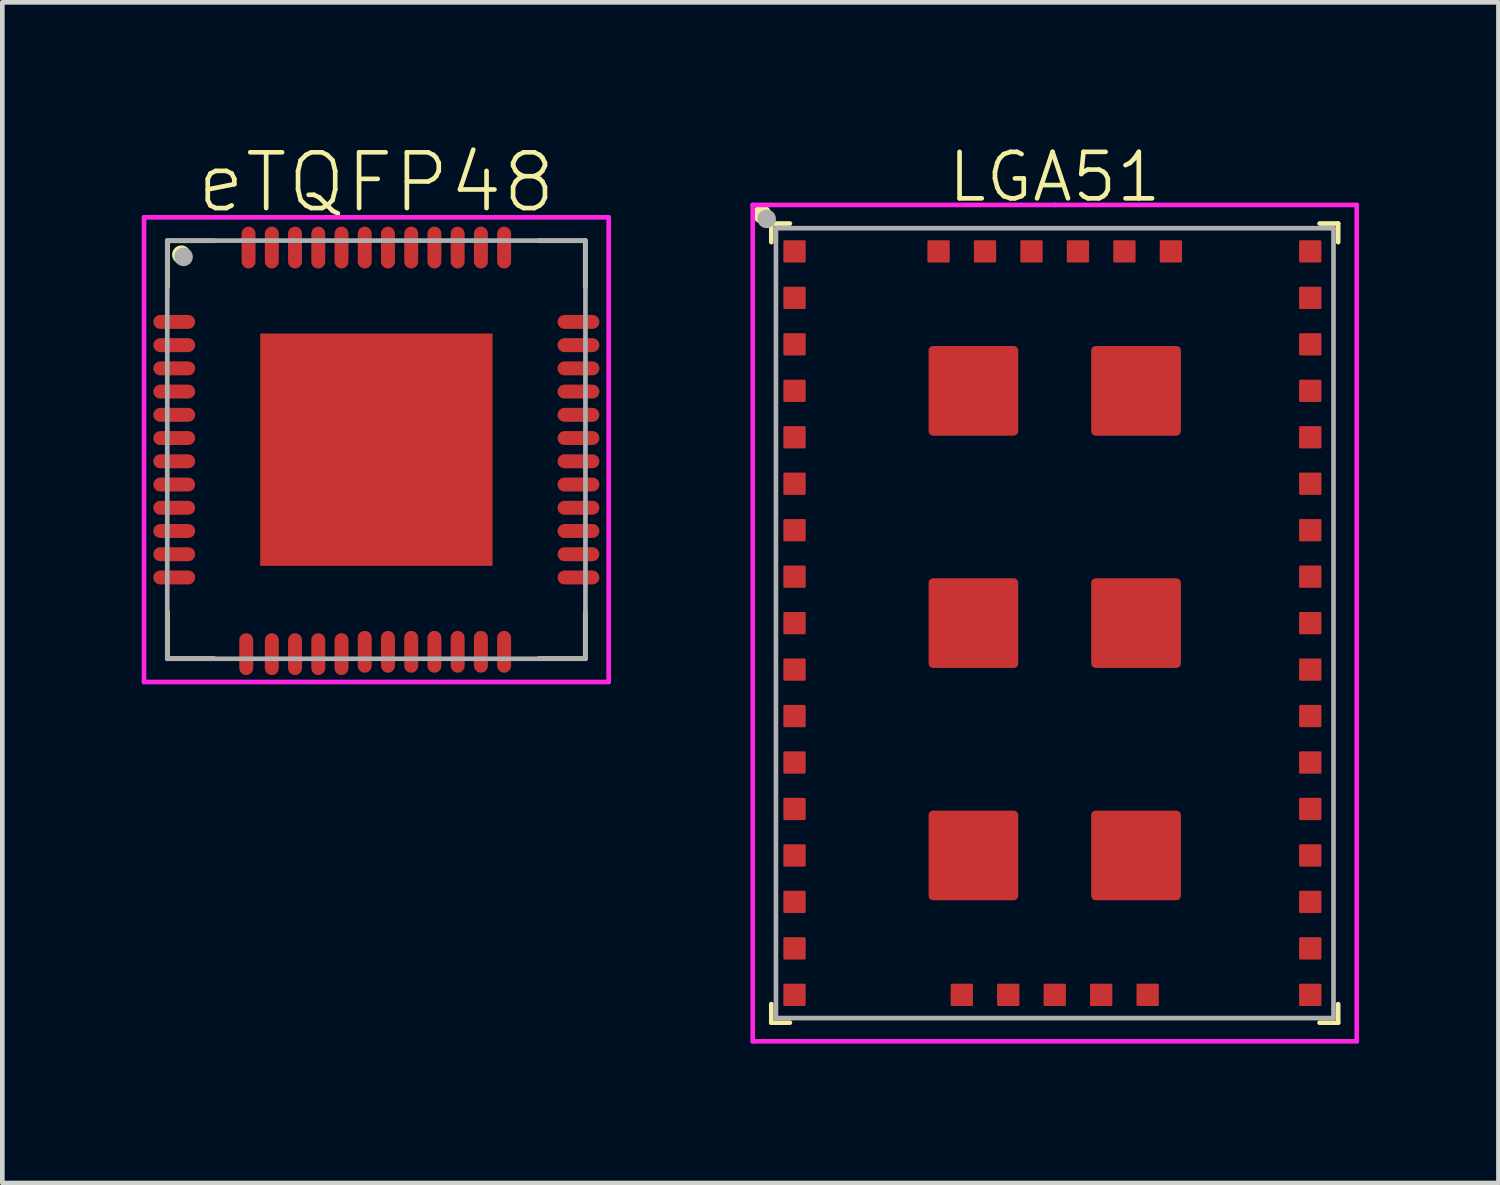
<source format=kicad_pcb>
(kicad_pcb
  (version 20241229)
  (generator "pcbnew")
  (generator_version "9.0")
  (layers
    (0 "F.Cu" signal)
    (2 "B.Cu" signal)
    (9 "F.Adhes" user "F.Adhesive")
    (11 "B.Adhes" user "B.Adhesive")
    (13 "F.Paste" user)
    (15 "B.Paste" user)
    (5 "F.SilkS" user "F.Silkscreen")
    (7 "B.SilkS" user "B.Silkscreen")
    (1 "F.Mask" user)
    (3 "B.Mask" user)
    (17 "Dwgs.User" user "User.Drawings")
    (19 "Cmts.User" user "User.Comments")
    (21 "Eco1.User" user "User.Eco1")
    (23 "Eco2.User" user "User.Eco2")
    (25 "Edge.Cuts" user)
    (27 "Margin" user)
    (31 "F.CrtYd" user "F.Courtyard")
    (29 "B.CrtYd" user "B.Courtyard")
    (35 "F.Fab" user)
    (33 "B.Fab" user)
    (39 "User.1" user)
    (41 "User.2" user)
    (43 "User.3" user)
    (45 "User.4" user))
  (footprint "LGA51"
    (layer "F.Cu")
    (at 19.65 10.361)
    (property "Reference" "LGA51" (at 0 -9.6 0) (layer "F.SilkS") (effects (font (size 1 1) (thickness 0.1))))
    (attr through_hole)
    (fp_line (start -6.1 -8.6) (end -6.1 -8.2) (stroke (width 0.1) (type solid)) (layer "F.SilkS"))
    (fp_line (start -6.1 -8.6) (end -5.7 -8.6) (stroke (width 0.1) (type solid)) (layer "F.SilkS"))
    (fp_line (start -6.1 8.6) (end -6.1 8.2) (stroke (width 0.1) (type solid)) (layer "F.SilkS"))
    (fp_line (start -5.7 8.6) (end -6.1 8.6) (stroke (width 0.1) (type solid)) (layer "F.SilkS"))
    (fp_line (start 6.1 -8.6) (end 5.7 -8.6) (stroke (width 0.1) (type solid)) (layer "F.SilkS"))
    (fp_line (start 6.1 -8.6) (end 6.1 -8.2) (stroke (width 0.1) (type solid)) (layer "F.SilkS"))
    (fp_line (start 6.1 8.2) (end 6.1 8.6) (stroke (width 0.1) (type solid)) (layer "F.SilkS"))
    (fp_line (start 6.1 8.6) (end 5.7 8.6) (stroke (width 0.1) (type solid)) (layer "F.SilkS"))
    (fp_circle (center -6.3 -8.8) (end -6.3 -8.8) (stroke (width 0.2) (type solid)) (fill no) (layer "F.SilkS"))
    (fp_line (start -6.5 -9) (end 0 -9) (stroke (width 0.1) (type solid)) (layer "F.CrtYd"))
    (fp_line (start -6.5 9) (end -6.5 -9) (stroke (width 0.1) (type solid)) (layer "F.CrtYd"))
    (fp_line (start 0 -9) (end 6.5 -9) (stroke (width 0.1) (type solid)) (layer "F.CrtYd"))
    (fp_line (start 6.5 -9) (end 6.5 9) (stroke (width 0.1) (type solid)) (layer "F.CrtYd"))
    (fp_line (start 6.5 9) (end -6.5 9) (stroke (width 0.1) (type solid)) (layer "F.CrtYd"))
    (fp_line (start -6 -8.5) (end 6 -8.5) (stroke (width 0.1) (type solid)) (layer "F.Fab"))
    (fp_line (start -6 8.5) (end -6 -8.5) (stroke (width 0.1) (type solid)) (layer "F.Fab"))
    (fp_line (start 6 -8.5) (end 6 8.5) (stroke (width 0.1) (type solid)) (layer "F.Fab"))
    (fp_line (start 6 8.5) (end -6 8.5) (stroke (width 0.1) (type solid)) (layer "F.Fab"))
    (fp_circle (center -6.2 -8.7) (end -6.2 -8.7) (stroke (width 0.2) (type solid)) (fill no) (layer "F.Fab"))
    (pad "1" smd roundrect (at -5.6 -8) (size 0.48 0.48) (layers "F.Cu" "F.Mask" "F.Paste") (roundrect_rratio 0.05))
    (pad "2" smd roundrect (at -5.6 -7) (size 0.48 0.48) (layers "F.Cu" "F.Mask" "F.Paste") (roundrect_rratio 0.05))
    (pad "3" smd roundrect (at -5.6 -6) (size 0.48 0.48) (layers "F.Cu" "F.Mask" "F.Paste") (roundrect_rratio 0.05))
    (pad "4" smd roundrect (at -5.6 -5) (size 0.48 0.48) (layers "F.Cu" "F.Mask" "F.Paste") (roundrect_rratio 0.05))
    (pad "5" smd roundrect (at -5.6 -4) (size 0.48 0.48) (layers "F.Cu" "F.Mask" "F.Paste") (roundrect_rratio 0.05))
    (pad "6" smd roundrect (at -5.6 -3) (size 0.48 0.48) (layers "F.Cu" "F.Mask" "F.Paste") (roundrect_rratio 0.05))
    (pad "7" smd roundrect (at -5.6 -2) (size 0.48 0.48) (layers "F.Cu" "F.Mask" "F.Paste") (roundrect_rratio 0.05))
    (pad "8" smd roundrect (at -5.6 -1) (size 0.48 0.48) (layers "F.Cu" "F.Mask" "F.Paste") (roundrect_rratio 0.05))
    (pad "9" smd roundrect (at -5.6 0) (size 0.48 0.48) (layers "F.Cu" "F.Mask" "F.Paste") (roundrect_rratio 0.05))
    (pad "10" smd roundrect (at -5.6 1) (size 0.48 0.48) (layers "F.Cu" "F.Mask" "F.Paste") (roundrect_rratio 0.05))
    (pad "11" smd roundrect (at -5.6 2) (size 0.48 0.48) (layers "F.Cu" "F.Mask" "F.Paste") (roundrect_rratio 0.05))
    (pad "12" smd roundrect (at -5.6 3) (size 0.48 0.48) (layers "F.Cu" "F.Mask" "F.Paste") (roundrect_rratio 0.05))
    (pad "13" smd roundrect (at -5.6 4) (size 0.48 0.48) (layers "F.Cu" "F.Mask" "F.Paste") (roundrect_rratio 0.05))
    (pad "14" smd roundrect (at -5.6 5) (size 0.48 0.48) (layers "F.Cu" "F.Mask" "F.Paste") (roundrect_rratio 0.05))
    (pad "15" smd roundrect (at -5.6 6) (size 0.48 0.48) (layers "F.Cu" "F.Mask" "F.Paste") (roundrect_rratio 0.05))
    (pad "16" smd roundrect (at -5.6 7) (size 0.48 0.48) (layers "F.Cu" "F.Mask" "F.Paste") (roundrect_rratio 0.05))
    (pad "17" smd roundrect (at -5.6 8) (size 0.48 0.48) (layers "F.Cu" "F.Mask" "F.Paste") (roundrect_rratio 0.05))
    (pad "18" smd roundrect (at 5.5 8) (size 0.48 0.48) (layers "F.Cu" "F.Mask" "F.Paste") (roundrect_rratio 0.05))
    (pad "19" smd roundrect (at 5.5 7) (size 0.48 0.48) (layers "F.Cu" "F.Mask" "F.Paste") (roundrect_rratio 0.05))
    (pad "20" smd roundrect (at 5.5 6) (size 0.48 0.48) (layers "F.Cu" "F.Mask" "F.Paste") (roundrect_rratio 0.05))
    (pad "21" smd roundrect (at 5.5 5) (size 0.48 0.48) (layers "F.Cu" "F.Mask" "F.Paste") (roundrect_rratio 0.05))
    (pad "22" smd roundrect (at 5.5 4) (size 0.48 0.48) (layers "F.Cu" "F.Mask" "F.Paste") (roundrect_rratio 0.05))
    (pad "23" smd roundrect (at 5.5 3) (size 0.48 0.48) (layers "F.Cu" "F.Mask" "F.Paste") (roundrect_rratio 0.05))
    (pad "24" smd roundrect (at 5.5 2) (size 0.48 0.48) (layers "F.Cu" "F.Mask" "F.Paste") (roundrect_rratio 0.05))
    (pad "25" smd roundrect (at 5.5 1) (size 0.48 0.48) (layers "F.Cu" "F.Mask" "F.Paste") (roundrect_rratio 0.05))
    (pad "26" smd roundrect (at 5.5 0) (size 0.48 0.48) (layers "F.Cu" "F.Mask" "F.Paste") (roundrect_rratio 0.05))
    (pad "27" smd roundrect (at 5.5 -1) (size 0.48 0.48) (layers "F.Cu" "F.Mask" "F.Paste") (roundrect_rratio 0.05))
    (pad "28" smd roundrect (at 5.5 -2) (size 0.48 0.48) (layers "F.Cu" "F.Mask" "F.Paste") (roundrect_rratio 0.05))
    (pad "29" smd roundrect (at 5.5 -3) (size 0.48 0.48) (layers "F.Cu" "F.Mask" "F.Paste") (roundrect_rratio 0.05))
    (pad "30" smd roundrect (at 5.5 -4) (size 0.48 0.48) (layers "F.Cu" "F.Mask" "F.Paste") (roundrect_rratio 0.05))
    (pad "31" smd roundrect (at 5.5 -5) (size 0.48 0.48) (layers "F.Cu" "F.Mask" "F.Paste") (roundrect_rratio 0.05))
    (pad "32" smd roundrect (at 5.5 -6) (size 0.48 0.48) (layers "F.Cu" "F.Mask" "F.Paste") (roundrect_rratio 0.05))
    (pad "33" smd roundrect (at 5.5 -7) (size 0.48 0.48) (layers "F.Cu" "F.Mask" "F.Paste") (roundrect_rratio 0.05))
    (pad "34" smd roundrect (at 5.5 -8) (size 0.48 0.48) (layers "F.Cu" "F.Mask" "F.Paste") (roundrect_rratio 0.05))
    (pad "35" smd roundrect (at 2.5 -8) (size 0.48 0.48) (layers "F.Cu" "F.Mask" "F.Paste") (roundrect_rratio 0.05))
    (pad "36" smd roundrect (at 1.5 -8) (size 0.48 0.48) (layers "F.Cu" "F.Mask" "F.Paste") (roundrect_rratio 0.05))
    (pad "37" smd roundrect (at 0.5 -8) (size 0.48 0.48) (layers "F.Cu" "F.Mask" "F.Paste") (roundrect_rratio 0.05))
    (pad "38" smd roundrect (at -0.5 -8) (size 0.48 0.48) (layers "F.Cu" "F.Mask" "F.Paste") (roundrect_rratio 0.05))
    (pad "39" smd roundrect (at -1.5 -8) (size 0.48 0.48) (layers "F.Cu" "F.Mask" "F.Paste") (roundrect_rratio 0.05))
    (pad "40" smd roundrect (at -2.5 -8) (size 0.48 0.48) (layers "F.Cu" "F.Mask" "F.Paste") (roundrect_rratio 0.05))
    (pad "41" smd roundrect (at 1.75 -5) (size 1.93 1.93) (layers "F.Cu" "F.Mask" "F.Paste") (roundrect_rratio 0.05))
    (pad "42" smd roundrect (at -1.75 -5) (size 1.93 1.93) (layers "F.Cu" "F.Mask" "F.Paste") (roundrect_rratio 0.05))
    (pad "43" smd roundrect (at 1.75 0) (size 1.93 1.93) (layers "F.Cu" "F.Mask" "F.Paste") (roundrect_rratio 0.05))
    (pad "44" smd roundrect (at -1.75 0) (size 1.93 1.93) (layers "F.Cu" "F.Mask" "F.Paste") (roundrect_rratio 0.05))
    (pad "45" smd roundrect (at 1.75 5) (size 1.93 1.93) (layers "F.Cu" "F.Mask" "F.Paste") (roundrect_rratio 0.05))
    (pad "46" smd roundrect (at -1.75 5) (size 1.93 1.93) (layers "F.Cu" "F.Mask" "F.Paste") (roundrect_rratio 0.05))
    (pad "47" smd roundrect (at 2 8) (size 0.48 0.48) (layers "F.Cu" "F.Mask" "F.Paste") (roundrect_rratio 0.05))
    (pad "48" smd roundrect (at 1 8) (size 0.48 0.48) (layers "F.Cu" "F.Mask" "F.Paste") (roundrect_rratio 0.05))
    (pad "49" smd roundrect (at 0 8) (size 0.48 0.48) (layers "F.Cu" "F.Mask" "F.Paste") (roundrect_rratio 0.05))
    (pad "50" smd roundrect (at -1 8) (size 0.48 0.48) (layers "F.Cu" "F.Mask" "F.Paste") (roundrect_rratio 0.05))
    (pad "51" smd roundrect (at -2 8) (size 0.48 0.48) (layers "F.Cu" "F.Mask" "F.Paste") (roundrect_rratio 0.05)))
  (footprint "eTQFP48"
    (layer "F.Cu")
    (at 5.05 6.628)
    (property "Reference" "eTQFP48" (at 0 -5.75 0) (layer "F.SilkS") (effects (font (size 1.2 1.2) (thickness 0.1))))
    (attr through_hole)
    (fp_line (start -4.496 -4.496) (end -4.496 -3.496) (stroke (width 0.1) (type solid)) (layer "F.SilkS"))
    (fp_line (start -4.496 -4.496) (end -3.496 -4.496) (stroke (width 0.1) (type solid)) (layer "F.SilkS"))
    (fp_line (start -4.496 4.496) (end -4.496 3.496) (stroke (width 0.1) (type solid)) (layer "F.SilkS"))
    (fp_line (start -3.496 4.496) (end -4.496 4.496) (stroke (width 0.1) (type solid)) (layer "F.SilkS"))
    (fp_line (start 3.496 -4.496) (end 4.496 -4.496) (stroke (width 0.1) (type solid)) (layer "F.SilkS"))
    (fp_line (start 3.496 4.496) (end 4.496 4.496) (stroke (width 0.1) (type solid)) (layer "F.SilkS"))
    (fp_line (start 4.496 -4.496) (end 4.496 -3.496) (stroke (width 0.1) (type solid)) (layer "F.SilkS"))
    (fp_line (start 4.496 4.496) (end 4.496 3.496) (stroke (width 0.1) (type solid)) (layer "F.SilkS"))
    (fp_circle (center -4.196 -4.196) (end -4.096 -4.196) (stroke (width 0.2) (type solid)) (fill no) (layer "F.SilkS"))
    (fp_line (start -5 -5) (end 5 -5) (stroke (width 0.1) (type solid)) (layer "F.CrtYd"))
    (fp_line (start -5 5) (end -5 -5) (stroke (width 0.1) (type solid)) (layer "F.CrtYd"))
    (fp_line (start 5 -5) (end 5 5) (stroke (width 0.1) (type solid)) (layer "F.CrtYd"))
    (fp_line (start 5 5) (end -5 5) (stroke (width 0.1) (type solid)) (layer "F.CrtYd"))
    (fp_line (start -4.5 -4.5) (end -4.5 4.5) (stroke (width 0.1) (type solid)) (layer "F.Fab"))
    (fp_line (start -4.5 4.5) (end 4.5 4.5) (stroke (width 0.1) (type solid)) (layer "F.Fab"))
    (fp_line (start 4.5 -4.5) (end -4.5 -4.5) (stroke (width 0.1) (type solid)) (layer "F.Fab"))
    (fp_line (start 4.5 4.5) (end 4.5 -4.5) (stroke (width 0.1) (type solid)) (layer "F.Fab"))
    (fp_circle (center -4.15 -4.15) (end -4.15 -4.25) (stroke (width 0.2) (type solid)) (fill no) (layer "F.Fab"))
    (pad "1" smd oval (at -4.35 -2.75 90) (size 0.3 0.9) (layers "F.Cu" "F.Mask" "F.Paste"))
    (pad "2" smd oval (at -4.35 -2.25 90) (size 0.3 0.9) (layers "F.Cu" "F.Mask" "F.Paste"))
    (pad "3" smd oval (at -4.35 -1.75 90) (size 0.3 0.9) (layers "F.Cu" "F.Mask" "F.Paste"))
    (pad "4" smd oval (at -4.35 -1.25 90) (size 0.3 0.9) (layers "F.Cu" "F.Mask" "F.Paste"))
    (pad "5" smd oval (at -4.35 -0.75 90) (size 0.3 0.9) (layers "F.Cu" "F.Mask" "F.Paste"))
    (pad "6" smd oval (at -4.35 -0.25 90) (size 0.3 0.9) (layers "F.Cu" "F.Mask" "F.Paste"))
    (pad "7" smd oval (at -4.35 0.25 90) (size 0.3 0.9) (layers "F.Cu" "F.Mask" "F.Paste"))
    (pad "8" smd oval (at -4.35 0.75 90) (size 0.3 0.9) (layers "F.Cu" "F.Mask" "F.Paste"))
    (pad "9" smd oval (at -4.35 1.25 90) (size 0.3 0.9) (layers "F.Cu" "F.Mask" "F.Paste"))
    (pad "10" smd oval (at -4.35 1.75 90) (size 0.3 0.9) (layers "F.Cu" "F.Mask" "F.Paste"))
    (pad "11" smd oval (at -4.35 2.25 90) (size 0.3 0.9) (layers "F.Cu" "F.Mask" "F.Paste"))
    (pad "12" smd oval (at -4.35 2.75 90) (size 0.3 0.9) (layers "F.Cu" "F.Mask" "F.Paste"))
    (pad "13" smd oval (at -2.8 4.4 180) (size 0.3 0.9) (layers "F.Cu" "F.Mask" "F.Paste"))
    (pad "14" smd oval (at -2.25 4.4 180) (size 0.3 0.9) (layers "F.Cu" "F.Mask" "F.Paste"))
    (pad "15" smd oval (at -1.75 4.4 180) (size 0.3 0.9) (layers "F.Cu" "F.Mask" "F.Paste"))
    (pad "16" smd oval (at -1.25 4.4 180) (size 0.3 0.9) (layers "F.Cu" "F.Mask" "F.Paste"))
    (pad "17" smd oval (at -0.75 4.4 180) (size 0.3 0.9) (layers "F.Cu" "F.Mask" "F.Paste"))
    (pad "18" smd oval (at -0.25 4.35 180) (size 0.3 0.9) (layers "F.Cu" "F.Mask" "F.Paste"))
    (pad "19" smd oval (at 0.25 4.35 180) (size 0.3 0.9) (layers "F.Cu" "F.Mask" "F.Paste"))
    (pad "20" smd oval (at 0.75 4.35 180) (size 0.3 0.9) (layers "F.Cu" "F.Mask" "F.Paste"))
    (pad "21" smd oval (at 1.25 4.35 180) (size 0.3 0.9) (layers "F.Cu" "F.Mask" "F.Paste"))
    (pad "22" smd oval (at 1.75 4.35 180) (size 0.3 0.9) (layers "F.Cu" "F.Mask" "F.Paste"))
    (pad "23" smd oval (at 2.25 4.35 180) (size 0.3 0.9) (layers "F.Cu" "F.Mask" "F.Paste"))
    (pad "24" smd oval (at 2.75 4.35 180) (size 0.3 0.9) (layers "F.Cu" "F.Mask" "F.Paste"))
    (pad "25" smd oval (at 4.35 2.75 90) (size 0.3 0.9) (layers "F.Cu" "F.Mask" "F.Paste"))
    (pad "26" smd oval (at 4.35 2.25 90) (size 0.3 0.9) (layers "F.Cu" "F.Mask" "F.Paste"))
    (pad "27" smd oval (at 4.35 1.75 90) (size 0.3 0.9) (layers "F.Cu" "F.Mask" "F.Paste"))
    (pad "28" smd oval (at 4.35 1.25 90) (size 0.3 0.9) (layers "F.Cu" "F.Mask" "F.Paste"))
    (pad "29" smd oval (at 4.35 0.75 90) (size 0.3 0.9) (layers "F.Cu" "F.Mask" "F.Paste"))
    (pad "30" smd oval (at 4.35 0.25 90) (size 0.3 0.9) (layers "F.Cu" "F.Mask" "F.Paste"))
    (pad "31" smd oval (at 4.35 -0.25 90) (size 0.3 0.9) (layers "F.Cu" "F.Mask" "F.Paste"))
    (pad "32" smd oval (at 4.35 -0.75 90) (size 0.3 0.9) (layers "F.Cu" "F.Mask" "F.Paste"))
    (pad "33" smd oval (at 4.35 -1.25 90) (size 0.3 0.9) (layers "F.Cu" "F.Mask" "F.Paste"))
    (pad "34" smd oval (at 4.35 -1.75 90) (size 0.3 0.9) (layers "F.Cu" "F.Mask" "F.Paste"))
    (pad "35" smd oval (at 4.35 -2.25 90) (size 0.3 0.9) (layers "F.Cu" "F.Mask" "F.Paste"))
    (pad "36" smd oval (at 4.35 -2.75 90) (size 0.3 0.9) (layers "F.Cu" "F.Mask" "F.Paste"))
    (pad "37" smd oval (at 2.75 -4.35 180) (size 0.3 0.9) (layers "F.Cu" "F.Mask" "F.Paste"))
    (pad "38" smd oval (at 2.25 -4.35 180) (size 0.3 0.9) (layers "F.Cu" "F.Mask" "F.Paste"))
    (pad "39" smd oval (at 1.75 -4.35 180) (size 0.3 0.9) (layers "F.Cu" "F.Mask" "F.Paste"))
    (pad "40" smd oval (at 1.25 -4.35 180) (size 0.3 0.9) (layers "F.Cu" "F.Mask" "F.Paste"))
    (pad "41" smd oval (at 0.75 -4.35 180) (size 0.3 0.9) (layers "F.Cu" "F.Mask" "F.Paste"))
    (pad "42" smd oval (at 0.25 -4.35 180) (size 0.3 0.9) (layers "F.Cu" "F.Mask" "F.Paste"))
    (pad "43" smd oval (at -0.25 -4.35 180) (size 0.3 0.9) (layers "F.Cu" "F.Mask" "F.Paste"))
    (pad "44" smd oval (at -0.75 -4.35 180) (size 0.3 0.9) (layers "F.Cu" "F.Mask" "F.Paste"))
    (pad "45" smd oval (at -1.25 -4.35 180) (size 0.3 0.9) (layers "F.Cu" "F.Mask" "F.Paste"))
    (pad "46" smd oval (at -1.75 -4.35) (size 0.3 0.9) (layers "F.Cu" "F.Mask" "F.Paste"))
    (pad "47" smd oval (at -2.25 -4.35 180) (size 0.3 0.9) (layers "F.Cu" "F.Mask" "F.Paste"))
    (pad "48" smd oval (at -2.75 -4.35 180) (size 0.3 0.9) (layers "F.Cu" "F.Mask" "F.Paste"))
    (pad "49" smd rect (at 0 0) (size 5 5) (layers "F.Cu" "F.Mask" "F.Paste")))
  (gr_rect
    (start -3 -3)
    (end 29.2 22.41)
    (stroke (width 0.1) (type default))
    (fill no)
    (layer "Edge.Cuts")))
</source>
